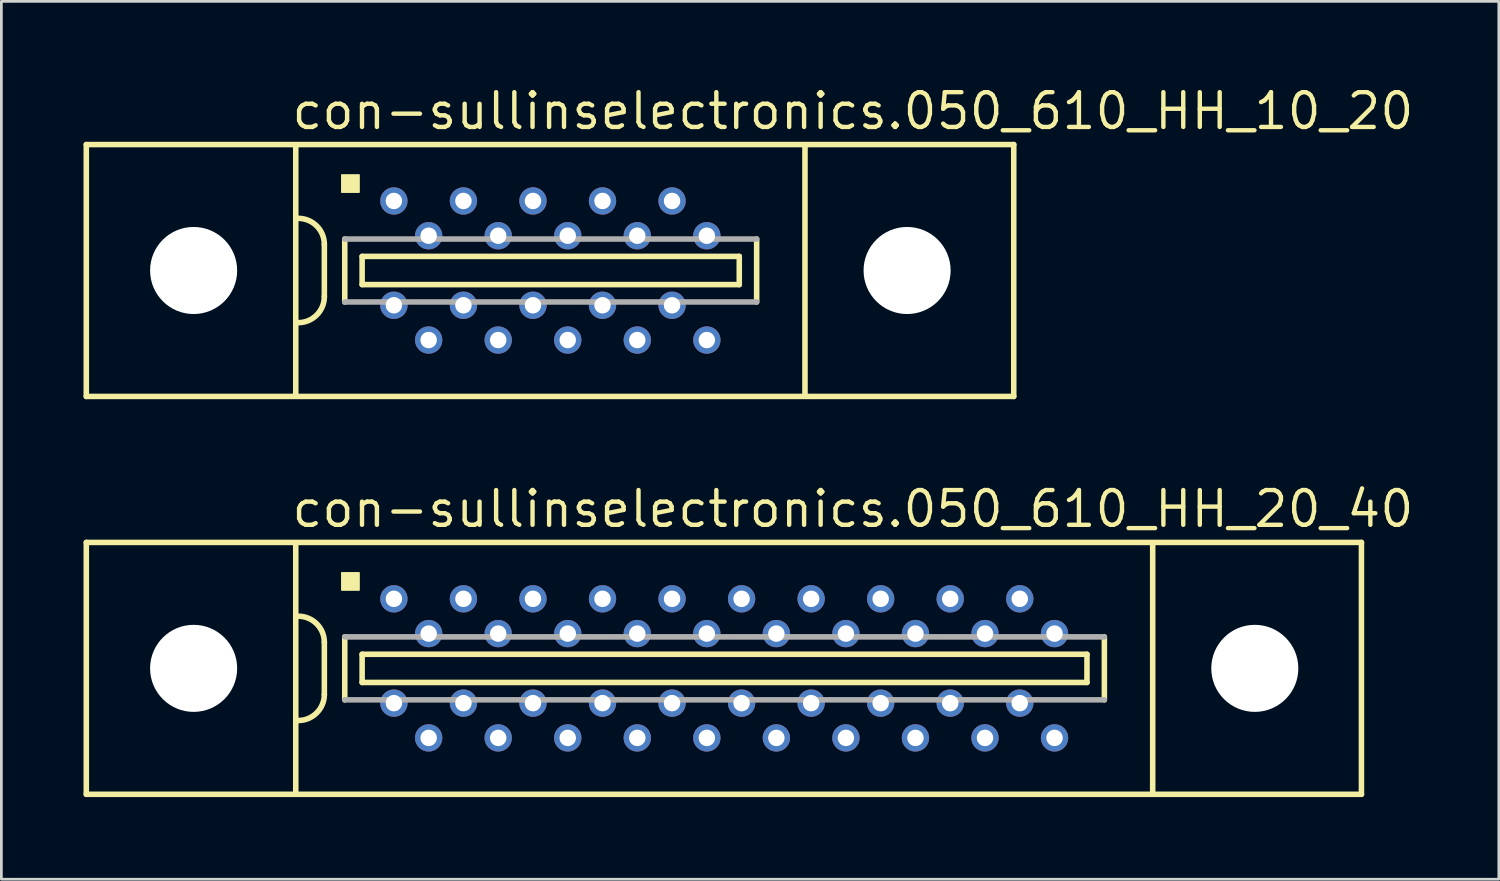
<source format=kicad_pcb>
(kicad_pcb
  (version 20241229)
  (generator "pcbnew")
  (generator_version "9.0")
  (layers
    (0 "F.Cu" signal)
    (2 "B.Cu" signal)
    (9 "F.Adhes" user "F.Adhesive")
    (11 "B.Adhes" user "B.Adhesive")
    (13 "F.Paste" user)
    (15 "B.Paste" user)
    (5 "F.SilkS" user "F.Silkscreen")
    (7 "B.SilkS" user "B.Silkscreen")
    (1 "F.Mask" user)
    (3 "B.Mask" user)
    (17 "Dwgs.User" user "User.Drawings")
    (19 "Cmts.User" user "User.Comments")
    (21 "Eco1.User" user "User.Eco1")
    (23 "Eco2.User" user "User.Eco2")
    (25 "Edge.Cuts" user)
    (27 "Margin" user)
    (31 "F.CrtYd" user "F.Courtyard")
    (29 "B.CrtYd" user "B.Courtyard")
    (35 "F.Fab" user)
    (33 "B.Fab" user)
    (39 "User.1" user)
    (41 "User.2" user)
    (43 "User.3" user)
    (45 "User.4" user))
  (footprint "con-sullinselectronics.050_610_HH_10_20"
    (layer "F.Cu")
    (at 17.052 6.83)
    (property "Reference" "con-sullinselectronics.050_610_HH_10_20" (at -9.525 -5.08 0) (layer "F.SilkS") (effects (font (size 1.27 1.27) (thickness 0.16)) (justify left bottom)))
    (attr through_hole)
    (fp_line (start -16.95 -4.6) (end -16.95 4.6) (stroke (width 0.203) (type default)) (layer "F.SilkS"))
    (fp_line (start -16.95 4.6) (end 16.925 4.6) (stroke (width 0.203) (type default)) (layer "F.SilkS"))
    (fp_line (start -9.3 -4.55) (end -9.3 4.55) (stroke (width 0.203) (type default)) (layer "F.SilkS"))
    (fp_line (start -8.255 -0.953) (end -8.255 0.953) (stroke (width 0.203) (type default)) (layer "F.SilkS"))
    (fp_line (start -7.51 -1.15) (end -7.51 1.15) (stroke (width 0.203) (type default)) (layer "F.SilkS"))
    (fp_line (start -6.875 -0.515) (end -6.875 0.515) (stroke (width 0.203) (type default)) (layer "F.SilkS"))
    (fp_line (start -6.875 0.515) (end 6.9 0.515) (stroke (width 0.203) (type default)) (layer "F.SilkS"))
    (fp_line (start 6.9 -0.515) (end -6.875 -0.515) (stroke (width 0.203) (type default)) (layer "F.SilkS"))
    (fp_line (start 6.9 0.515) (end 6.9 -0.515) (stroke (width 0.203) (type default)) (layer "F.SilkS"))
    (fp_line (start 7.535 1.15) (end 7.535 -1.15) (stroke (width 0.203) (type default)) (layer "F.SilkS"))
    (fp_line (start 9.3 4.55) (end 9.3 -4.55) (stroke (width 0.203) (type default)) (layer "F.SilkS"))
    (fp_line (start 16.925 -4.6) (end -16.95 -4.6) (stroke (width 0.203) (type default)) (layer "F.SilkS"))
    (fp_line (start 16.925 4.6) (end 16.925 -4.6) (stroke (width 0.203) (type default)) (layer "F.SilkS"))
    (fp_rect (start -7.62 -2.857) (end -6.985 -3.493) (stroke (width 0.05) (type default)) (fill yes) (layer "F.SilkS"))
    (fp_arc (start -9.2075 -1.905) (mid -8.533981 -1.626019) (end -8.255 -0.9525) (stroke (width 0.2032) (type default)) (layer "F.SilkS"))
    (fp_arc (start -8.255 0.9525) (mid -8.53401 1.62599) (end -9.2075 1.905) (stroke (width 0.2032) (type default)) (layer "F.SilkS"))
    (fp_line (start -7.51 1.15) (end 7.535 1.15) (stroke (width 0.203) (type default)) (layer "F.Fab"))
    (fp_line (start 7.535 -1.15) (end -7.51 -1.15) (stroke (width 0.203) (type default)) (layer "F.Fab"))
    (pad "" np_thru_hole circle (at -13.03 0) (size 3.18 3.18) (drill 3.18) (layers "*.Cu" "*.Mask"))
    (pad "" np_thru_hole circle (at 13.03 0) (size 3.18 3.18) (drill 3.18) (layers "*.Cu" "*.Mask"))
    (pad "1" thru_hole circle (at -5.715 -2.54) (size 1 1) (drill 0.6) (layers "*.Cu" "*.Mask"))
    (pad "2" thru_hole circle (at -4.445 -1.27) (size 1 1) (drill 0.6) (layers "*.Cu" "*.Mask"))
    (pad "3" thru_hole circle (at -3.175 -2.54) (size 1 1) (drill 0.6) (layers "*.Cu" "*.Mask"))
    (pad "4" thru_hole circle (at -1.905 -1.27) (size 1 1) (drill 0.6) (layers "*.Cu" "*.Mask"))
    (pad "5" thru_hole circle (at -0.635 -2.54) (size 1 1) (drill 0.6) (layers "*.Cu" "*.Mask"))
    (pad "6" thru_hole circle (at 0.635 -1.27 180) (size 1 1) (drill 0.6) (layers "*.Cu" "*.Mask"))
    (pad "7" thru_hole circle (at 1.905 -2.54 180) (size 1 1) (drill 0.6) (layers "*.Cu" "*.Mask"))
    (pad "8" thru_hole circle (at 3.175 -1.27 180) (size 1 1) (drill 0.6) (layers "*.Cu" "*.Mask"))
    (pad "9" thru_hole circle (at 4.445 -2.54 180) (size 1 1) (drill 0.6) (layers "*.Cu" "*.Mask"))
    (pad "10" thru_hole circle (at 5.715 -1.27 180) (size 1 1) (drill 0.6) (layers "*.Cu" "*.Mask"))
    (pad "11" thru_hole circle (at -5.715 1.27 180) (size 1 1) (drill 0.6) (layers "*.Cu" "*.Mask"))
    (pad "12" thru_hole circle (at -4.445 2.54 180) (size 1 1) (drill 0.6) (layers "*.Cu" "*.Mask"))
    (pad "13" thru_hole circle (at -3.175 1.27 180) (size 1 1) (drill 0.6) (layers "*.Cu" "*.Mask"))
    (pad "14" thru_hole circle (at -1.905 2.54 180) (size 1 1) (drill 0.6) (layers "*.Cu" "*.Mask"))
    (pad "15" thru_hole circle (at -0.635 1.27 180) (size 1 1) (drill 0.6) (layers "*.Cu" "*.Mask"))
    (pad "16" thru_hole circle (at 0.635 2.54 180) (size 1 1) (drill 0.6) (layers "*.Cu" "*.Mask"))
    (pad "17" thru_hole circle (at 1.905 1.27 180) (size 1 1) (drill 0.6) (layers "*.Cu" "*.Mask"))
    (pad "18" thru_hole circle (at 3.175 2.54 180) (size 1 1) (drill 0.6) (layers "*.Cu" "*.Mask"))
    (pad "19" thru_hole circle (at 4.445 1.27 180) (size 1 1) (drill 0.6) (layers "*.Cu" "*.Mask"))
    (pad "20" thru_hole circle (at 5.715 2.54 180) (size 1 1) (drill 0.6) (layers "*.Cu" "*.Mask")))
  (footprint "con-sullinselectronics.050_610_HH_20_40"
    (layer "F.Cu")
    (at 23.402 21.362)
    (property "Reference" "con-sullinselectronics.050_610_HH_20_40" (at -15.875 -5.08 0) (layer "F.SilkS") (effects (font (size 1.27 1.27) (thickness 0.16)) (justify left bottom)))
    (attr through_hole)
    (fp_line (start -23.3 -4.6) (end -23.3 4.6) (stroke (width 0.203) (type default)) (layer "F.SilkS"))
    (fp_line (start -23.3 4.6) (end 23.275 4.6) (stroke (width 0.203) (type default)) (layer "F.SilkS"))
    (fp_line (start -15.65 -4.55) (end -15.65 4.55) (stroke (width 0.203) (type default)) (layer "F.SilkS"))
    (fp_line (start -14.605 -0.953) (end -14.605 0.953) (stroke (width 0.203) (type default)) (layer "F.SilkS"))
    (fp_line (start -13.86 -1.15) (end -13.86 1.15) (stroke (width 0.203) (type default)) (layer "F.SilkS"))
    (fp_line (start -13.225 -0.515) (end -13.225 0.515) (stroke (width 0.203) (type default)) (layer "F.SilkS"))
    (fp_line (start -13.225 0.515) (end 13.25 0.515) (stroke (width 0.203) (type default)) (layer "F.SilkS"))
    (fp_line (start 13.25 -0.515) (end -13.225 -0.515) (stroke (width 0.203) (type default)) (layer "F.SilkS"))
    (fp_line (start 13.25 0.515) (end 13.25 -0.515) (stroke (width 0.203) (type default)) (layer "F.SilkS"))
    (fp_line (start 13.885 1.15) (end 13.885 -1.15) (stroke (width 0.203) (type default)) (layer "F.SilkS"))
    (fp_line (start 15.65 4.55) (end 15.65 -4.55) (stroke (width 0.203) (type default)) (layer "F.SilkS"))
    (fp_line (start 23.275 -4.6) (end -23.3 -4.6) (stroke (width 0.203) (type default)) (layer "F.SilkS"))
    (fp_line (start 23.275 4.6) (end 23.275 -4.6) (stroke (width 0.203) (type default)) (layer "F.SilkS"))
    (fp_rect (start -13.97 -2.857) (end -13.335 -3.493) (stroke (width 0.05) (type default)) (fill yes) (layer "F.SilkS"))
    (fp_arc (start -15.5575 -1.905) (mid -14.883981 -1.626019) (end -14.605 -0.9525) (stroke (width 0.2032) (type default)) (layer "F.SilkS"))
    (fp_arc (start -14.605 0.9525) (mid -14.88401 1.62599) (end -15.5575 1.905) (stroke (width 0.2032) (type default)) (layer "F.SilkS"))
    (fp_line (start -13.86 1.15) (end 13.885 1.15) (stroke (width 0.203) (type default)) (layer "F.Fab"))
    (fp_line (start 13.885 -1.15) (end -13.86 -1.15) (stroke (width 0.203) (type default)) (layer "F.Fab"))
    (pad "" np_thru_hole circle (at -19.38 0) (size 3.18 3.18) (drill 3.18) (layers "*.Cu" "*.Mask"))
    (pad "" np_thru_hole circle (at 19.38 0) (size 3.18 3.18) (drill 3.18) (layers "*.Cu" "*.Mask"))
    (pad "1" thru_hole circle (at -12.065 -2.54) (size 1 1) (drill 0.6) (layers "*.Cu" "*.Mask"))
    (pad "2" thru_hole circle (at -10.795 -1.27) (size 1 1) (drill 0.6) (layers "*.Cu" "*.Mask"))
    (pad "3" thru_hole circle (at -9.525 -2.54) (size 1 1) (drill 0.6) (layers "*.Cu" "*.Mask"))
    (pad "4" thru_hole circle (at -8.255 -1.27) (size 1 1) (drill 0.6) (layers "*.Cu" "*.Mask"))
    (pad "5" thru_hole circle (at -6.985 -2.54) (size 1 1) (drill 0.6) (layers "*.Cu" "*.Mask"))
    (pad "6" thru_hole circle (at -5.715 -1.27 180) (size 1 1) (drill 0.6) (layers "*.Cu" "*.Mask"))
    (pad "7" thru_hole circle (at -4.445 -2.54 180) (size 1 1) (drill 0.6) (layers "*.Cu" "*.Mask"))
    (pad "8" thru_hole circle (at -3.175 -1.27 180) (size 1 1) (drill 0.6) (layers "*.Cu" "*.Mask"))
    (pad "9" thru_hole circle (at -1.905 -2.54 180) (size 1 1) (drill 0.6) (layers "*.Cu" "*.Mask"))
    (pad "10" thru_hole circle (at -0.635 -1.27 180) (size 1 1) (drill 0.6) (layers "*.Cu" "*.Mask"))
    (pad "11" thru_hole circle (at 0.635 -2.54 180) (size 1 1) (drill 0.6) (layers "*.Cu" "*.Mask"))
    (pad "12" thru_hole circle (at 1.905 -1.27 180) (size 1 1) (drill 0.6) (layers "*.Cu" "*.Mask"))
    (pad "13" thru_hole circle (at 3.175 -2.54 180) (size 1 1) (drill 0.6) (layers "*.Cu" "*.Mask"))
    (pad "14" thru_hole circle (at 4.445 -1.27 180) (size 1 1) (drill 0.6) (layers "*.Cu" "*.Mask"))
    (pad "15" thru_hole circle (at 5.715 -2.54 180) (size 1 1) (drill 0.6) (layers "*.Cu" "*.Mask"))
    (pad "16" thru_hole circle (at 6.985 -1.27 180) (size 1 1) (drill 0.6) (layers "*.Cu" "*.Mask"))
    (pad "17" thru_hole circle (at 8.255 -2.54 180) (size 1 1) (drill 0.6) (layers "*.Cu" "*.Mask"))
    (pad "18" thru_hole circle (at 9.525 -1.27 180) (size 1 1) (drill 0.6) (layers "*.Cu" "*.Mask"))
    (pad "19" thru_hole circle (at 10.795 -2.54 180) (size 1 1) (drill 0.6) (layers "*.Cu" "*.Mask"))
    (pad "20" thru_hole circle (at 12.065 -1.27 180) (size 1 1) (drill 0.6) (layers "*.Cu" "*.Mask"))
    (pad "21" thru_hole circle (at -12.065 1.27 180) (size 1 1) (drill 0.6) (layers "*.Cu" "*.Mask"))
    (pad "22" thru_hole circle (at -10.795 2.54 180) (size 1 1) (drill 0.6) (layers "*.Cu" "*.Mask"))
    (pad "23" thru_hole circle (at -9.525 1.27 180) (size 1 1) (drill 0.6) (layers "*.Cu" "*.Mask"))
    (pad "24" thru_hole circle (at -8.255 2.54 180) (size 1 1) (drill 0.6) (layers "*.Cu" "*.Mask"))
    (pad "25" thru_hole circle (at -6.985 1.27 180) (size 1 1) (drill 0.6) (layers "*.Cu" "*.Mask"))
    (pad "26" thru_hole circle (at -5.715 2.54 180) (size 1 1) (drill 0.6) (layers "*.Cu" "*.Mask"))
    (pad "27" thru_hole circle (at -4.445 1.27 180) (size 1 1) (drill 0.6) (layers "*.Cu" "*.Mask"))
    (pad "28" thru_hole circle (at -3.175 2.54 180) (size 1 1) (drill 0.6) (layers "*.Cu" "*.Mask"))
    (pad "29" thru_hole circle (at -1.905 1.27 180) (size 1 1) (drill 0.6) (layers "*.Cu" "*.Mask"))
    (pad "30" thru_hole circle (at -0.635 2.54 180) (size 1 1) (drill 0.6) (layers "*.Cu" "*.Mask"))
    (pad "31" thru_hole circle (at 0.635 1.27 180) (size 1 1) (drill 0.6) (layers "*.Cu" "*.Mask"))
    (pad "32" thru_hole circle (at 1.905 2.54 180) (size 1 1) (drill 0.6) (layers "*.Cu" "*.Mask"))
    (pad "33" thru_hole circle (at 3.175 1.27 180) (size 1 1) (drill 0.6) (layers "*.Cu" "*.Mask"))
    (pad "34" thru_hole circle (at 4.445 2.54 180) (size 1 1) (drill 0.6) (layers "*.Cu" "*.Mask"))
    (pad "35" thru_hole circle (at 5.715 1.27 180) (size 1 1) (drill 0.6) (layers "*.Cu" "*.Mask"))
    (pad "36" thru_hole circle (at 6.985 2.54 180) (size 1 1) (drill 0.6) (layers "*.Cu" "*.Mask"))
    (pad "37" thru_hole circle (at 8.255 1.27 180) (size 1 1) (drill 0.6) (layers "*.Cu" "*.Mask"))
    (pad "38" thru_hole circle (at 9.525 2.54 180) (size 1 1) (drill 0.6) (layers "*.Cu" "*.Mask"))
    (pad "39" thru_hole circle (at 10.795 1.27 180) (size 1 1) (drill 0.6) (layers "*.Cu" "*.Mask"))
    (pad "40" thru_hole circle (at 12.065 2.54 180) (size 1 1) (drill 0.6) (layers "*.Cu" "*.Mask")))
  (gr_rect
    (start -3 -3)
    (end 51.695 29.063)
    (stroke (width 0.1) (type default))
    (fill no)
    (layer "Edge.Cuts")))
</source>
